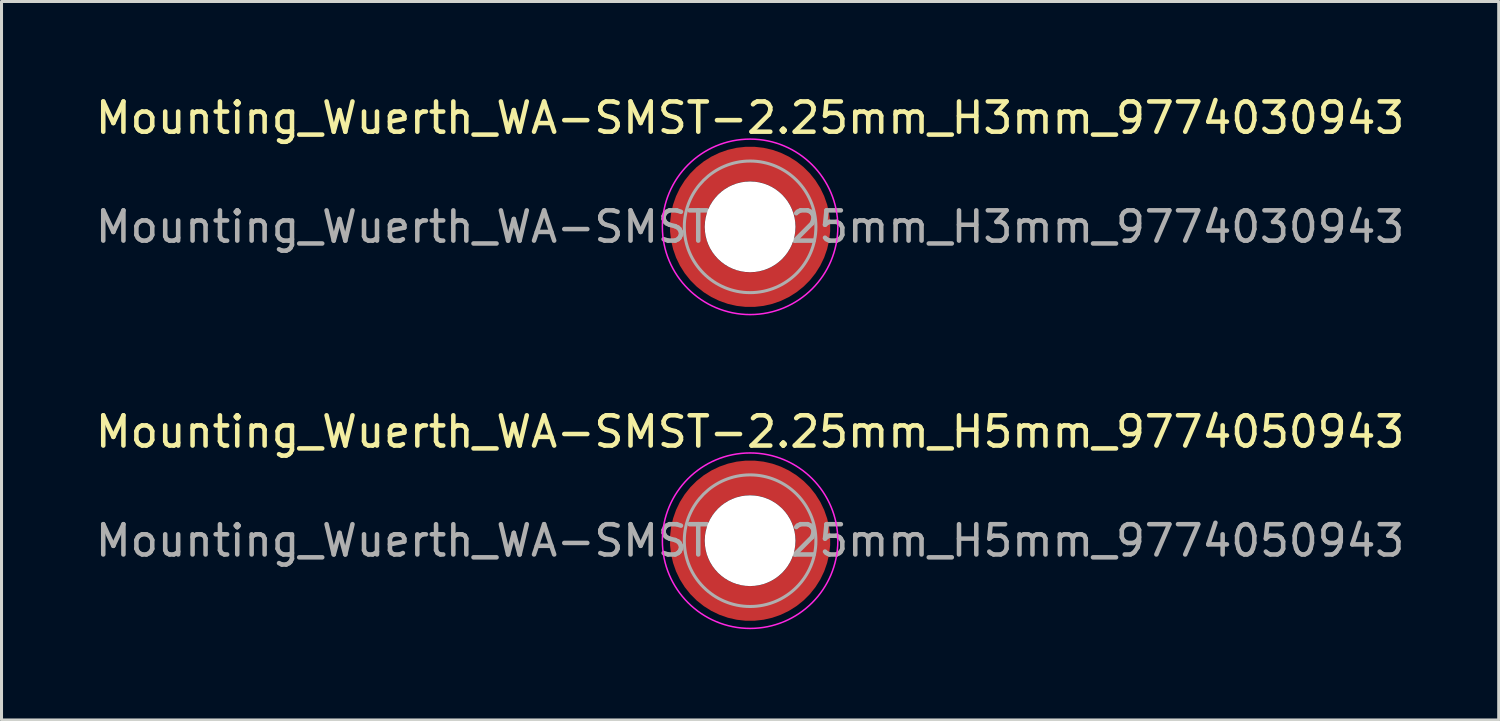
<source format=kicad_pcb>
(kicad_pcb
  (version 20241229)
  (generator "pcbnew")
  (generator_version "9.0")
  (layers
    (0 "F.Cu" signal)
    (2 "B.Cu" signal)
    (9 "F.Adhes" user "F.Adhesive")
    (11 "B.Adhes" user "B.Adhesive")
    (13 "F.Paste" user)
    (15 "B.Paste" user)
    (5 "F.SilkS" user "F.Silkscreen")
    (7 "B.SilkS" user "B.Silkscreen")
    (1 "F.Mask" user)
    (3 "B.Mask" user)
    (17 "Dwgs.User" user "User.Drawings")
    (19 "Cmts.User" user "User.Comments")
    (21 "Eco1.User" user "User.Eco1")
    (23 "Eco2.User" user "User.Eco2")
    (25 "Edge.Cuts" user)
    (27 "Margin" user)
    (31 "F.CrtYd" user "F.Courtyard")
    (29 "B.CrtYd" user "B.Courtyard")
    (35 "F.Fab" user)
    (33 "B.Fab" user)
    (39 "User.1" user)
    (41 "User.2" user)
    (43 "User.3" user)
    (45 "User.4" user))
  (footprint "Mounting_Wuerth_WA-SMST-2.25mm_H5mm_9774050943"
    (layer "F.Cu")
    (at 21.744 14.822)
    (property "Reference" "Mounting_Wuerth_WA-SMST-2.25mm_H5mm_9774050943" (at 0 -3.6 0) (layer "F.SilkS") (effects (font (size 1 1) (thickness 0.15))))
    (property "Mouser Part no." "" (at 0 0 0) (layer "F.Fab") (effects (font (size 1.27 1.27) (thickness 0.15))))
    (property "Mouser link" "" (at 0 0 0) (layer "F.Fab") (effects (font (size 1.27 1.27) (thickness 0.15))))
    (attr smd)
    (fp_circle (center 0 0) (end 2.9 0) (stroke (width 0.05) (type solid)) (fill no) (layer "F.CrtYd"))
    (fp_circle (center 0 0) (end 2.175 0) (stroke (width 0.1) (type solid)) (fill no) (layer "F.Fab"))
    (fp_text user "${REFERENCE}" (at 0 0 0) (layer "F.Fab") (effects (font (size 1 1) (thickness 0.15))))
    (pad "" smd custom (at -1.453 -1.453) (size 0.61 0.61) (layers "F.Paste") (options (anchor circle)) (primitives (gr_arc (start -0.147677 1.053104) (mid 0.285964 0.286792) (end 1.051968 -0.147393) (width 0.2)) (gr_arc (start -0.240295 1.053104) (mid 0.22253 0.222946) (end 1.052531 -0.24016) (width 0.2)) (gr_arc (start -0.332645 1.053104) (mid 0.158548 0.15965) (end 1.051583 -0.332304) (width 0.2)) (gr_arc (start -0.424767 1.053104) (mid 0.09486 0.096059) (end 1.051446 -0.424413) (width 0.2)) (gr_arc (start -0.516693 1.053104) (mid 0.031293 0.032346) (end 1.051645 -0.516396) (width 0.2)) (gr_arc (start -0.608448 1.053104) (mid -0.032323 -0.031316) (end 1.051707 -0.608176) (width 0.2)) (gr_arc (start -0.700056 1.053104) (mid -0.09616 -0.094758) (end 1.051155 -0.699693) (width 0.2)) (gr_arc (start -0.791534 1.053104) (mid -0.160388 -0.15781) (end 1.049515 -0.790891) (width 0.2)) (gr_arc (start -0.882896 1.053104) (mid -0.223713 -0.221764) (end 1.050388 -0.882429) (width 0.2)) (gr_arc (start -0.974157 1.053104) (mid -0.287654 -0.285101) (end 1.049541 -0.973567) (width 0.2)) (gr_line (start 1.053 -0.148) (end 1.053 -0.974) (width 0.2)) (gr_line (start -0.148 1.053) (end -0.974 1.053) (width 0.2))))
    (pad "" smd custom (at -1.453 1.453) (size 0.61 0.61) (layers "F.Paste") (options (anchor circle)) (primitives (gr_arc (start 1.053104 0.147677) (mid 0.286792 -0.285964) (end -0.147393 -1.051968) (width 0.2)) (gr_arc (start 1.053104 0.240295) (mid 0.222946 -0.22253) (end -0.24016 -1.052531) (width 0.2)) (gr_arc (start 1.053104 0.332645) (mid 0.15965 -0.158548) (end -0.332304 -1.051583) (width 0.2)) (gr_arc (start 1.053104 0.424767) (mid 0.096059 -0.09486) (end -0.424413 -1.051446) (width 0.2)) (gr_arc (start 1.053104 0.516693) (mid 0.032346 -0.031293) (end -0.516396 -1.051645) (width 0.2)) (gr_arc (start 1.053104 0.608448) (mid -0.031316 0.032323) (end -0.608176 -1.051707) (width 0.2)) (gr_arc (start 1.053104 0.700056) (mid -0.094758 0.09616) (end -0.699693 -1.051155) (width 0.2)) (gr_arc (start 1.053104 0.791534) (mid -0.15781 0.160388) (end -0.790891 -1.049515) (width 0.2)) (gr_arc (start 1.053104 0.882896) (mid -0.221764 0.223713) (end -0.882429 -1.050388) (width 0.2)) (gr_arc (start 1.053104 0.974157) (mid -0.285101 0.287654) (end -0.973567 -1.049541) (width 0.2)) (gr_line (start -0.148 -1.053) (end -0.974 -1.053) (width 0.2)) (gr_line (start 1.053 0.148) (end 1.053 0.974) (width 0.2))))
    (pad "" np_thru_hole circle (at 0 0) (size 3 3) (drill 3) (layers "*.Cu" "*.Mask"))
    (pad "" smd custom (at 1.453 -1.453) (size 0.61 0.61) (layers "F.Paste") (options (anchor circle)) (primitives (gr_arc (start -1.053104 -0.147677) (mid -0.286792 0.285964) (end 0.147393 1.051968) (width 0.2)) (gr_arc (start -1.053104 -0.240295) (mid -0.222946 0.22253) (end 0.24016 1.052531) (width 0.2)) (gr_arc (start -1.053104 -0.332645) (mid -0.15965 0.158548) (end 0.332304 1.051583) (width 0.2)) (gr_arc (start -1.053104 -0.424767) (mid -0.096059 0.09486) (end 0.424413 1.051446) (width 0.2)) (gr_arc (start -1.053104 -0.516693) (mid -0.032346 0.031293) (end 0.516396 1.051645) (width 0.2)) (gr_arc (start -1.053104 -0.608448) (mid 0.031316 -0.032323) (end 0.608176 1.051707) (width 0.2)) (gr_arc (start -1.053104 -0.700056) (mid 0.094758 -0.09616) (end 0.699693 1.051155) (width 0.2)) (gr_arc (start -1.053104 -0.791534) (mid 0.15781 -0.160388) (end 0.790891 1.049515) (width 0.2)) (gr_arc (start -1.053104 -0.882896) (mid 0.221764 -0.223713) (end 0.882429 1.050388) (width 0.2)) (gr_arc (start -1.053104 -0.974157) (mid 0.285101 -0.287654) (end 0.973567 1.049541) (width 0.2)) (gr_line (start 0.148 1.053) (end 0.974 1.053) (width 0.2)) (gr_line (start -1.053 -0.148) (end -1.053 -0.974) (width 0.2))))
    (pad "" smd custom (at 1.453 1.453) (size 0.61 0.61) (layers "F.Paste") (options (anchor circle)) (primitives (gr_arc (start 0.147677 -1.053104) (mid -0.285964 -0.286792) (end -1.051968 0.147393) (width 0.2)) (gr_arc (start 0.240295 -1.053104) (mid -0.22253 -0.222946) (end -1.052531 0.24016) (width 0.2)) (gr_arc (start 0.332645 -1.053104) (mid -0.158548 -0.15965) (end -1.051583 0.332304) (width 0.2)) (gr_arc (start 0.424767 -1.053104) (mid -0.09486 -0.096059) (end -1.051446 0.424413) (width 0.2)) (gr_arc (start 0.516693 -1.053104) (mid -0.031293 -0.032346) (end -1.051645 0.516396) (width 0.2)) (gr_arc (start 0.608448 -1.053104) (mid 0.032323 0.031316) (end -1.051707 0.608176) (width 0.2)) (gr_arc (start 0.700056 -1.053104) (mid 0.09616 0.094758) (end -1.051155 0.699693) (width 0.2)) (gr_arc (start 0.791534 -1.053104) (mid 0.160388 0.15781) (end -1.049515 0.790891) (width 0.2)) (gr_arc (start 0.882896 -1.053104) (mid 0.223713 0.221764) (end -1.050388 0.882429) (width 0.2)) (gr_arc (start 0.974157 -1.053104) (mid 0.287654 0.285101) (end -1.049541 0.973567) (width 0.2)) (gr_line (start -1.053 0.148) (end -1.053 0.974) (width 0.2)) (gr_line (start 0.148 -1.053) (end 0.974 -1.053) (width 0.2))))
    (pad "1" smd circle (at -2.075 0) (size 0.75 0.75) (layers "F.Cu"))
    (pad "1" smd circle (at 0 -2.075) (size 0.75 0.75) (layers "F.Cu"))
    (pad "1" smd circle (at 0 2.075) (size 0.75 0.75) (layers "F.Cu"))
    (pad "1" smd custom (at 2.075 0) (size 0.75 0.75) (layers "F.Cu" "F.Mask") (options (anchor circle)) (primitives (gr_circle (center -2.075 0) (end 0 0) (width 1.15) (fill no)))))
  (footprint "Mounting_Wuerth_WA-SMST-2.25mm_H3mm_9774030943"
    (layer "F.Cu")
    (at 21.744 4.448)
    (property "Reference" "Mounting_Wuerth_WA-SMST-2.25mm_H3mm_9774030943" (at 0 -3.6 0) (layer "F.SilkS") (effects (font (size 1 1) (thickness 0.15))))
    (property "Mouser Part no." "" (at 0 0 0) (layer "F.Fab") (effects (font (size 1.27 1.27) (thickness 0.15))))
    (property "Mouser link" "" (at 0 0 0) (layer "F.Fab") (effects (font (size 1.27 1.27) (thickness 0.15))))
    (attr smd)
    (fp_circle (center 0 0) (end 2.9 0) (stroke (width 0.05) (type solid)) (fill no) (layer "F.CrtYd"))
    (fp_circle (center 0 0) (end 2.175 0) (stroke (width 0.1) (type solid)) (fill no) (layer "F.Fab"))
    (fp_text user "${REFERENCE}" (at 0 0 0) (layer "F.Fab") (effects (font (size 1 1) (thickness 0.15))))
    (pad "" smd custom (at -1.453 -1.453) (size 0.61 0.61) (layers "F.Paste") (options (anchor circle)) (primitives (gr_arc (start -0.147677 1.053104) (mid 0.285964 0.286792) (end 1.051968 -0.147393) (width 0.2)) (gr_arc (start -0.240295 1.053104) (mid 0.22253 0.222946) (end 1.052531 -0.24016) (width 0.2)) (gr_arc (start -0.332645 1.053104) (mid 0.158548 0.15965) (end 1.051583 -0.332304) (width 0.2)) (gr_arc (start -0.424767 1.053104) (mid 0.09486 0.096059) (end 1.051446 -0.424413) (width 0.2)) (gr_arc (start -0.516693 1.053104) (mid 0.031293 0.032346) (end 1.051645 -0.516396) (width 0.2)) (gr_arc (start -0.608448 1.053104) (mid -0.032323 -0.031316) (end 1.051707 -0.608176) (width 0.2)) (gr_arc (start -0.700056 1.053104) (mid -0.09616 -0.094758) (end 1.051155 -0.699693) (width 0.2)) (gr_arc (start -0.791534 1.053104) (mid -0.160388 -0.15781) (end 1.049515 -0.790891) (width 0.2)) (gr_arc (start -0.882896 1.053104) (mid -0.223713 -0.221764) (end 1.050388 -0.882429) (width 0.2)) (gr_arc (start -0.974157 1.053104) (mid -0.287654 -0.285101) (end 1.049541 -0.973567) (width 0.2)) (gr_line (start 1.053 -0.148) (end 1.053 -0.974) (width 0.2)) (gr_line (start -0.148 1.053) (end -0.974 1.053) (width 0.2))))
    (pad "" smd custom (at -1.453 1.453) (size 0.61 0.61) (layers "F.Paste") (options (anchor circle)) (primitives (gr_arc (start 1.053104 0.147677) (mid 0.286792 -0.285964) (end -0.147393 -1.051968) (width 0.2)) (gr_arc (start 1.053104 0.240295) (mid 0.222946 -0.22253) (end -0.24016 -1.052531) (width 0.2)) (gr_arc (start 1.053104 0.332645) (mid 0.15965 -0.158548) (end -0.332304 -1.051583) (width 0.2)) (gr_arc (start 1.053104 0.424767) (mid 0.096059 -0.09486) (end -0.424413 -1.051446) (width 0.2)) (gr_arc (start 1.053104 0.516693) (mid 0.032346 -0.031293) (end -0.516396 -1.051645) (width 0.2)) (gr_arc (start 1.053104 0.608448) (mid -0.031316 0.032323) (end -0.608176 -1.051707) (width 0.2)) (gr_arc (start 1.053104 0.700056) (mid -0.094758 0.09616) (end -0.699693 -1.051155) (width 0.2)) (gr_arc (start 1.053104 0.791534) (mid -0.15781 0.160388) (end -0.790891 -1.049515) (width 0.2)) (gr_arc (start 1.053104 0.882896) (mid -0.221764 0.223713) (end -0.882429 -1.050388) (width 0.2)) (gr_arc (start 1.053104 0.974157) (mid -0.285101 0.287654) (end -0.973567 -1.049541) (width 0.2)) (gr_line (start -0.148 -1.053) (end -0.974 -1.053) (width 0.2)) (gr_line (start 1.053 0.148) (end 1.053 0.974) (width 0.2))))
    (pad "" np_thru_hole circle (at 0 0) (size 3 3) (drill 3) (layers "*.Cu" "*.Mask"))
    (pad "" smd custom (at 1.453 -1.453) (size 0.61 0.61) (layers "F.Paste") (options (anchor circle)) (primitives (gr_arc (start -1.053104 -0.147677) (mid -0.286792 0.285964) (end 0.147393 1.051968) (width 0.2)) (gr_arc (start -1.053104 -0.240295) (mid -0.222946 0.22253) (end 0.24016 1.052531) (width 0.2)) (gr_arc (start -1.053104 -0.332645) (mid -0.15965 0.158548) (end 0.332304 1.051583) (width 0.2)) (gr_arc (start -1.053104 -0.424767) (mid -0.096059 0.09486) (end 0.424413 1.051446) (width 0.2)) (gr_arc (start -1.053104 -0.516693) (mid -0.032346 0.031293) (end 0.516396 1.051645) (width 0.2)) (gr_arc (start -1.053104 -0.608448) (mid 0.031316 -0.032323) (end 0.608176 1.051707) (width 0.2)) (gr_arc (start -1.053104 -0.700056) (mid 0.094758 -0.09616) (end 0.699693 1.051155) (width 0.2)) (gr_arc (start -1.053104 -0.791534) (mid 0.15781 -0.160388) (end 0.790891 1.049515) (width 0.2)) (gr_arc (start -1.053104 -0.882896) (mid 0.221764 -0.223713) (end 0.882429 1.050388) (width 0.2)) (gr_arc (start -1.053104 -0.974157) (mid 0.285101 -0.287654) (end 0.973567 1.049541) (width 0.2)) (gr_line (start 0.148 1.053) (end 0.974 1.053) (width 0.2)) (gr_line (start -1.053 -0.148) (end -1.053 -0.974) (width 0.2))))
    (pad "" smd custom (at 1.453 1.453) (size 0.61 0.61) (layers "F.Paste") (options (anchor circle)) (primitives (gr_arc (start 0.147677 -1.053104) (mid -0.285964 -0.286792) (end -1.051968 0.147393) (width 0.2)) (gr_arc (start 0.240295 -1.053104) (mid -0.22253 -0.222946) (end -1.052531 0.24016) (width 0.2)) (gr_arc (start 0.332645 -1.053104) (mid -0.158548 -0.15965) (end -1.051583 0.332304) (width 0.2)) (gr_arc (start 0.424767 -1.053104) (mid -0.09486 -0.096059) (end -1.051446 0.424413) (width 0.2)) (gr_arc (start 0.516693 -1.053104) (mid -0.031293 -0.032346) (end -1.051645 0.516396) (width 0.2)) (gr_arc (start 0.608448 -1.053104) (mid 0.032323 0.031316) (end -1.051707 0.608176) (width 0.2)) (gr_arc (start 0.700056 -1.053104) (mid 0.09616 0.094758) (end -1.051155 0.699693) (width 0.2)) (gr_arc (start 0.791534 -1.053104) (mid 0.160388 0.15781) (end -1.049515 0.790891) (width 0.2)) (gr_arc (start 0.882896 -1.053104) (mid 0.223713 0.221764) (end -1.050388 0.882429) (width 0.2)) (gr_arc (start 0.974157 -1.053104) (mid 0.287654 0.285101) (end -1.049541 0.973567) (width 0.2)) (gr_line (start -1.053 0.148) (end -1.053 0.974) (width 0.2)) (gr_line (start 0.148 -1.053) (end 0.974 -1.053) (width 0.2))))
    (pad "1" smd circle (at -2.075 0) (size 0.75 0.75) (layers "F.Cu"))
    (pad "1" smd circle (at 0 -2.075) (size 0.75 0.75) (layers "F.Cu"))
    (pad "1" smd circle (at 0 2.075) (size 0.75 0.75) (layers "F.Cu"))
    (pad "1" smd custom (at 2.075 0) (size 0.75 0.75) (layers "F.Cu" "F.Mask") (options (anchor circle)) (primitives (gr_circle (center -2.075 0) (end 0 0) (width 1.15) (fill no)))))
  (gr_rect
    (start -3 -3)
    (end 46.488 20.747)
    (stroke (width 0.1) (type default))
    (fill no)
    (layer "Edge.Cuts")))
</source>
